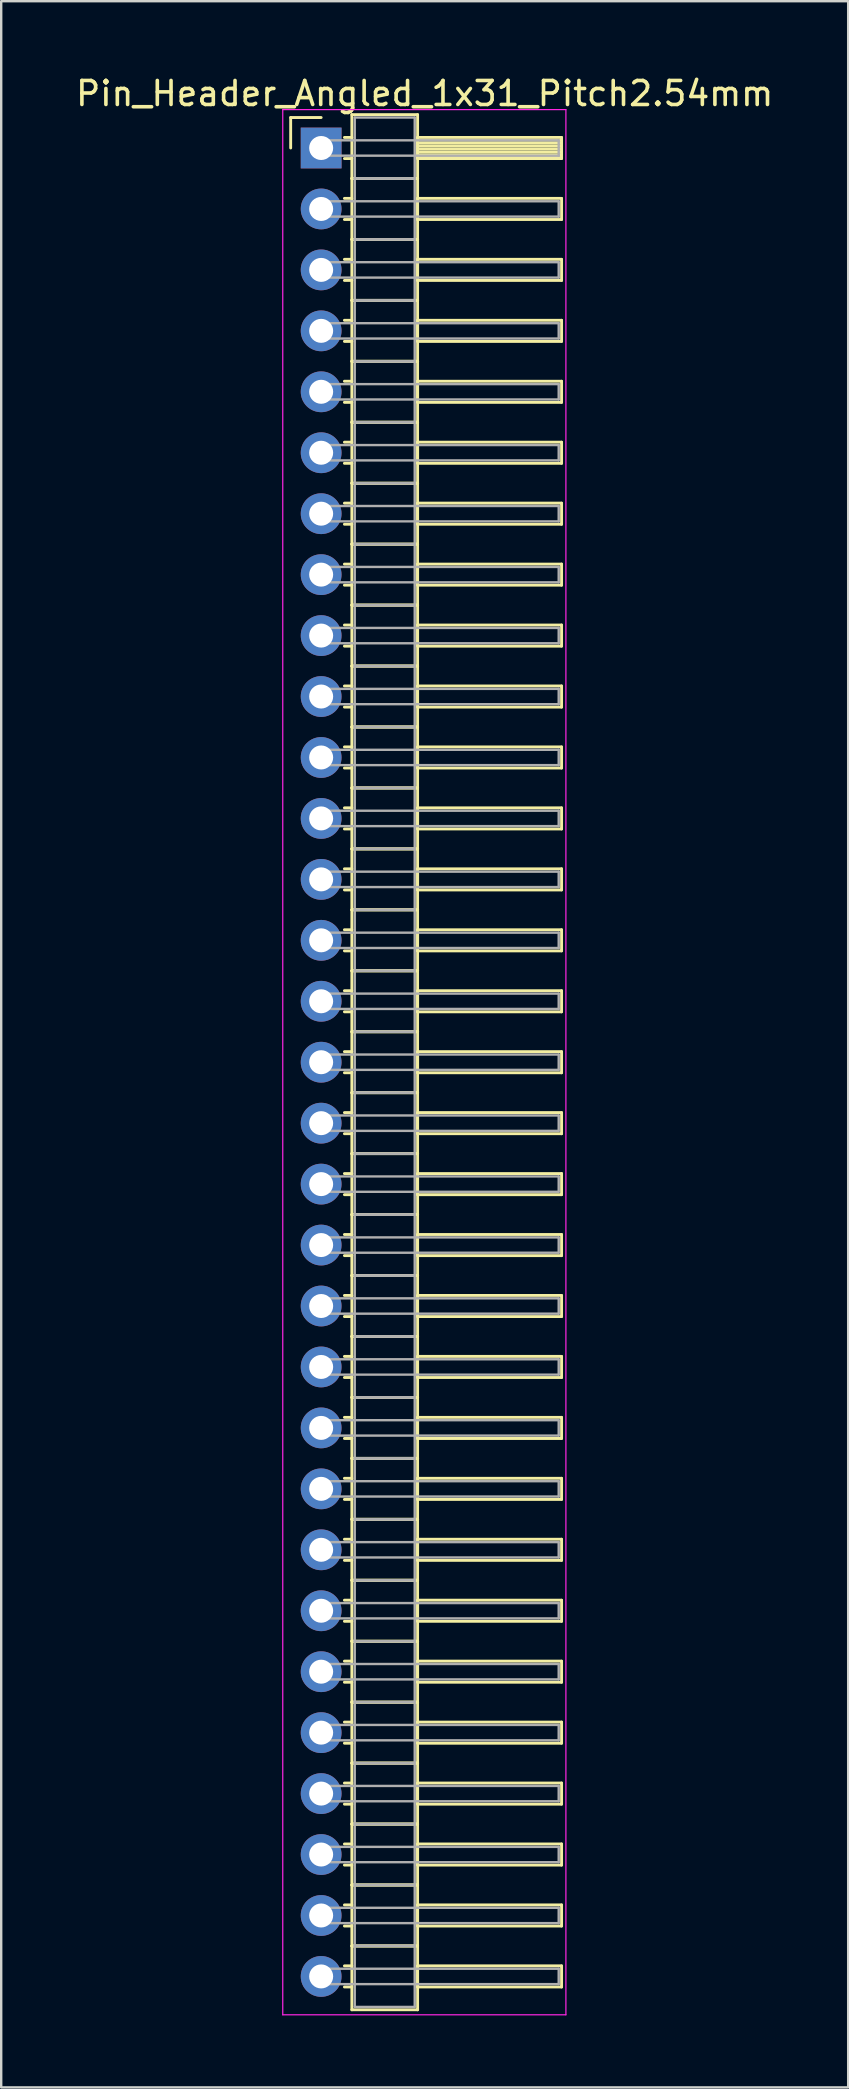
<source format=kicad_pcb>
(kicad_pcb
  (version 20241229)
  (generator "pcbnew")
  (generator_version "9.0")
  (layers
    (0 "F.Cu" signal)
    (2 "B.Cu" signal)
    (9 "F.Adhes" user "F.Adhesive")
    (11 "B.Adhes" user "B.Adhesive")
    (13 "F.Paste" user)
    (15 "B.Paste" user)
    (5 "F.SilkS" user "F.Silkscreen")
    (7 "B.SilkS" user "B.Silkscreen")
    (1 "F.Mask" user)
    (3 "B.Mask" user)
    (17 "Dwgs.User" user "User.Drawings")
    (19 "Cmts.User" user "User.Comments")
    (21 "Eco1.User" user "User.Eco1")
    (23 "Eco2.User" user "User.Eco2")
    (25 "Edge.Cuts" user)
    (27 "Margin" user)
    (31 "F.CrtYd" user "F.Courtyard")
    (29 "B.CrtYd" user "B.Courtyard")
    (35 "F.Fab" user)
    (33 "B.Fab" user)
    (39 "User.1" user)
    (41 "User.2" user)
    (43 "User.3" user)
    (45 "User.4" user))
  (footprint "Pin_Header_Angled_1x31_Pitch2.54mm"
    (layer "F.Cu")
    (at 10.334 3.118)
    (property "Reference" "Pin_Header_Angled_1x31_Pitch2.54mm" (at 4.315 -2.27 0) (layer "F.SilkS") (effects (font (size 1 1) (thickness 0.15))))
    (attr through_hole)
    (fp_line (start -1.27 -1.27) (end 0 -1.27) (stroke (width 0.12) (type solid)) (layer "F.SilkS"))
    (fp_line (start -1.27 0) (end -1.27 -1.27) (stroke (width 0.12) (type solid)) (layer "F.SilkS"))
    (fp_line (start 0.97 -0.44) (end 1.28 -0.44) (stroke (width 0.12) (type solid)) (layer "F.SilkS"))
    (fp_line (start 0.97 0.44) (end 1.28 0.44) (stroke (width 0.12) (type solid)) (layer "F.SilkS"))
    (fp_line (start 0.97 2.1) (end 1.28 2.1) (stroke (width 0.12) (type solid)) (layer "F.SilkS"))
    (fp_line (start 0.97 2.98) (end 1.28 2.98) (stroke (width 0.12) (type solid)) (layer "F.SilkS"))
    (fp_line (start 0.97 4.64) (end 1.28 4.64) (stroke (width 0.12) (type solid)) (layer "F.SilkS"))
    (fp_line (start 0.97 5.52) (end 1.28 5.52) (stroke (width 0.12) (type solid)) (layer "F.SilkS"))
    (fp_line (start 0.97 7.18) (end 1.28 7.18) (stroke (width 0.12) (type solid)) (layer "F.SilkS"))
    (fp_line (start 0.97 8.06) (end 1.28 8.06) (stroke (width 0.12) (type solid)) (layer "F.SilkS"))
    (fp_line (start 0.97 9.72) (end 1.28 9.72) (stroke (width 0.12) (type solid)) (layer "F.SilkS"))
    (fp_line (start 0.97 10.6) (end 1.28 10.6) (stroke (width 0.12) (type solid)) (layer "F.SilkS"))
    (fp_line (start 0.97 12.26) (end 1.28 12.26) (stroke (width 0.12) (type solid)) (layer "F.SilkS"))
    (fp_line (start 0.97 13.14) (end 1.28 13.14) (stroke (width 0.12) (type solid)) (layer "F.SilkS"))
    (fp_line (start 0.97 14.8) (end 1.28 14.8) (stroke (width 0.12) (type solid)) (layer "F.SilkS"))
    (fp_line (start 0.97 15.68) (end 1.28 15.68) (stroke (width 0.12) (type solid)) (layer "F.SilkS"))
    (fp_line (start 0.97 17.34) (end 1.28 17.34) (stroke (width 0.12) (type solid)) (layer "F.SilkS"))
    (fp_line (start 0.97 18.22) (end 1.28 18.22) (stroke (width 0.12) (type solid)) (layer "F.SilkS"))
    (fp_line (start 0.97 19.88) (end 1.28 19.88) (stroke (width 0.12) (type solid)) (layer "F.SilkS"))
    (fp_line (start 0.97 20.76) (end 1.28 20.76) (stroke (width 0.12) (type solid)) (layer "F.SilkS"))
    (fp_line (start 0.97 22.42) (end 1.28 22.42) (stroke (width 0.12) (type solid)) (layer "F.SilkS"))
    (fp_line (start 0.97 23.3) (end 1.28 23.3) (stroke (width 0.12) (type solid)) (layer "F.SilkS"))
    (fp_line (start 0.97 24.96) (end 1.28 24.96) (stroke (width 0.12) (type solid)) (layer "F.SilkS"))
    (fp_line (start 0.97 25.84) (end 1.28 25.84) (stroke (width 0.12) (type solid)) (layer "F.SilkS"))
    (fp_line (start 0.97 27.5) (end 1.28 27.5) (stroke (width 0.12) (type solid)) (layer "F.SilkS"))
    (fp_line (start 0.97 28.38) (end 1.28 28.38) (stroke (width 0.12) (type solid)) (layer "F.SilkS"))
    (fp_line (start 0.97 30.04) (end 1.28 30.04) (stroke (width 0.12) (type solid)) (layer "F.SilkS"))
    (fp_line (start 0.97 30.92) (end 1.28 30.92) (stroke (width 0.12) (type solid)) (layer "F.SilkS"))
    (fp_line (start 0.97 32.58) (end 1.28 32.58) (stroke (width 0.12) (type solid)) (layer "F.SilkS"))
    (fp_line (start 0.97 33.46) (end 1.28 33.46) (stroke (width 0.12) (type solid)) (layer "F.SilkS"))
    (fp_line (start 0.97 35.12) (end 1.28 35.12) (stroke (width 0.12) (type solid)) (layer "F.SilkS"))
    (fp_line (start 0.97 36) (end 1.28 36) (stroke (width 0.12) (type solid)) (layer "F.SilkS"))
    (fp_line (start 0.97 37.66) (end 1.28 37.66) (stroke (width 0.12) (type solid)) (layer "F.SilkS"))
    (fp_line (start 0.97 38.54) (end 1.28 38.54) (stroke (width 0.12) (type solid)) (layer "F.SilkS"))
    (fp_line (start 0.97 40.2) (end 1.28 40.2) (stroke (width 0.12) (type solid)) (layer "F.SilkS"))
    (fp_line (start 0.97 41.08) (end 1.28 41.08) (stroke (width 0.12) (type solid)) (layer "F.SilkS"))
    (fp_line (start 0.97 42.74) (end 1.28 42.74) (stroke (width 0.12) (type solid)) (layer "F.SilkS"))
    (fp_line (start 0.97 43.62) (end 1.28 43.62) (stroke (width 0.12) (type solid)) (layer "F.SilkS"))
    (fp_line (start 0.97 45.28) (end 1.28 45.28) (stroke (width 0.12) (type solid)) (layer "F.SilkS"))
    (fp_line (start 0.97 46.16) (end 1.28 46.16) (stroke (width 0.12) (type solid)) (layer "F.SilkS"))
    (fp_line (start 0.97 47.82) (end 1.28 47.82) (stroke (width 0.12) (type solid)) (layer "F.SilkS"))
    (fp_line (start 0.97 48.7) (end 1.28 48.7) (stroke (width 0.12) (type solid)) (layer "F.SilkS"))
    (fp_line (start 0.97 50.36) (end 1.28 50.36) (stroke (width 0.12) (type solid)) (layer "F.SilkS"))
    (fp_line (start 0.97 51.24) (end 1.28 51.24) (stroke (width 0.12) (type solid)) (layer "F.SilkS"))
    (fp_line (start 0.97 52.9) (end 1.28 52.9) (stroke (width 0.12) (type solid)) (layer "F.SilkS"))
    (fp_line (start 0.97 53.78) (end 1.28 53.78) (stroke (width 0.12) (type solid)) (layer "F.SilkS"))
    (fp_line (start 0.97 55.44) (end 1.28 55.44) (stroke (width 0.12) (type solid)) (layer "F.SilkS"))
    (fp_line (start 0.97 56.32) (end 1.28 56.32) (stroke (width 0.12) (type solid)) (layer "F.SilkS"))
    (fp_line (start 0.97 57.98) (end 1.28 57.98) (stroke (width 0.12) (type solid)) (layer "F.SilkS"))
    (fp_line (start 0.97 58.86) (end 1.28 58.86) (stroke (width 0.12) (type solid)) (layer "F.SilkS"))
    (fp_line (start 0.97 60.52) (end 1.28 60.52) (stroke (width 0.12) (type solid)) (layer "F.SilkS"))
    (fp_line (start 0.97 61.4) (end 1.28 61.4) (stroke (width 0.12) (type solid)) (layer "F.SilkS"))
    (fp_line (start 0.97 63.06) (end 1.28 63.06) (stroke (width 0.12) (type solid)) (layer "F.SilkS"))
    (fp_line (start 0.97 63.94) (end 1.28 63.94) (stroke (width 0.12) (type solid)) (layer "F.SilkS"))
    (fp_line (start 0.97 65.6) (end 1.28 65.6) (stroke (width 0.12) (type solid)) (layer "F.SilkS"))
    (fp_line (start 0.97 66.48) (end 1.28 66.48) (stroke (width 0.12) (type solid)) (layer "F.SilkS"))
    (fp_line (start 0.97 68.14) (end 1.28 68.14) (stroke (width 0.12) (type solid)) (layer "F.SilkS"))
    (fp_line (start 0.97 69.02) (end 1.28 69.02) (stroke (width 0.12) (type solid)) (layer "F.SilkS"))
    (fp_line (start 0.97 70.68) (end 1.28 70.68) (stroke (width 0.12) (type solid)) (layer "F.SilkS"))
    (fp_line (start 0.97 71.56) (end 1.28 71.56) (stroke (width 0.12) (type solid)) (layer "F.SilkS"))
    (fp_line (start 0.97 73.22) (end 1.28 73.22) (stroke (width 0.12) (type solid)) (layer "F.SilkS"))
    (fp_line (start 0.97 74.1) (end 1.28 74.1) (stroke (width 0.12) (type solid)) (layer "F.SilkS"))
    (fp_line (start 0.97 75.76) (end 1.28 75.76) (stroke (width 0.12) (type solid)) (layer "F.SilkS"))
    (fp_line (start 0.97 76.64) (end 1.28 76.64) (stroke (width 0.12) (type solid)) (layer "F.SilkS"))
    (fp_line (start 1.28 -1.39) (end 1.28 1.27) (stroke (width 0.12) (type solid)) (layer "F.SilkS"))
    (fp_line (start 1.28 1.27) (end 1.28 3.81) (stroke (width 0.12) (type solid)) (layer "F.SilkS"))
    (fp_line (start 1.28 1.27) (end 4.02 1.27) (stroke (width 0.12) (type solid)) (layer "F.SilkS"))
    (fp_line (start 1.28 3.81) (end 1.28 6.35) (stroke (width 0.12) (type solid)) (layer "F.SilkS"))
    (fp_line (start 1.28 3.81) (end 4.02 3.81) (stroke (width 0.12) (type solid)) (layer "F.SilkS"))
    (fp_line (start 1.28 6.35) (end 1.28 8.89) (stroke (width 0.12) (type solid)) (layer "F.SilkS"))
    (fp_line (start 1.28 6.35) (end 4.02 6.35) (stroke (width 0.12) (type solid)) (layer "F.SilkS"))
    (fp_line (start 1.28 8.89) (end 1.28 11.43) (stroke (width 0.12) (type solid)) (layer "F.SilkS"))
    (fp_line (start 1.28 8.89) (end 4.02 8.89) (stroke (width 0.12) (type solid)) (layer "F.SilkS"))
    (fp_line (start 1.28 11.43) (end 1.28 13.97) (stroke (width 0.12) (type solid)) (layer "F.SilkS"))
    (fp_line (start 1.28 11.43) (end 4.02 11.43) (stroke (width 0.12) (type solid)) (layer "F.SilkS"))
    (fp_line (start 1.28 13.97) (end 1.28 16.51) (stroke (width 0.12) (type solid)) (layer "F.SilkS"))
    (fp_line (start 1.28 13.97) (end 4.02 13.97) (stroke (width 0.12) (type solid)) (layer "F.SilkS"))
    (fp_line (start 1.28 16.51) (end 1.28 19.05) (stroke (width 0.12) (type solid)) (layer "F.SilkS"))
    (fp_line (start 1.28 16.51) (end 4.02 16.51) (stroke (width 0.12) (type solid)) (layer "F.SilkS"))
    (fp_line (start 1.28 19.05) (end 1.28 21.59) (stroke (width 0.12) (type solid)) (layer "F.SilkS"))
    (fp_line (start 1.28 19.05) (end 4.02 19.05) (stroke (width 0.12) (type solid)) (layer "F.SilkS"))
    (fp_line (start 1.28 21.59) (end 1.28 24.13) (stroke (width 0.12) (type solid)) (layer "F.SilkS"))
    (fp_line (start 1.28 21.59) (end 4.02 21.59) (stroke (width 0.12) (type solid)) (layer "F.SilkS"))
    (fp_line (start 1.28 24.13) (end 1.28 26.67) (stroke (width 0.12) (type solid)) (layer "F.SilkS"))
    (fp_line (start 1.28 24.13) (end 4.02 24.13) (stroke (width 0.12) (type solid)) (layer "F.SilkS"))
    (fp_line (start 1.28 26.67) (end 1.28 29.21) (stroke (width 0.12) (type solid)) (layer "F.SilkS"))
    (fp_line (start 1.28 26.67) (end 4.02 26.67) (stroke (width 0.12) (type solid)) (layer "F.SilkS"))
    (fp_line (start 1.28 29.21) (end 1.28 31.75) (stroke (width 0.12) (type solid)) (layer "F.SilkS"))
    (fp_line (start 1.28 29.21) (end 4.02 29.21) (stroke (width 0.12) (type solid)) (layer "F.SilkS"))
    (fp_line (start 1.28 31.75) (end 1.28 34.29) (stroke (width 0.12) (type solid)) (layer "F.SilkS"))
    (fp_line (start 1.28 31.75) (end 4.02 31.75) (stroke (width 0.12) (type solid)) (layer "F.SilkS"))
    (fp_line (start 1.28 34.29) (end 1.28 36.83) (stroke (width 0.12) (type solid)) (layer "F.SilkS"))
    (fp_line (start 1.28 34.29) (end 4.02 34.29) (stroke (width 0.12) (type solid)) (layer "F.SilkS"))
    (fp_line (start 1.28 36.83) (end 1.28 39.37) (stroke (width 0.12) (type solid)) (layer "F.SilkS"))
    (fp_line (start 1.28 36.83) (end 4.02 36.83) (stroke (width 0.12) (type solid)) (layer "F.SilkS"))
    (fp_line (start 1.28 39.37) (end 1.28 41.91) (stroke (width 0.12) (type solid)) (layer "F.SilkS"))
    (fp_line (start 1.28 39.37) (end 4.02 39.37) (stroke (width 0.12) (type solid)) (layer "F.SilkS"))
    (fp_line (start 1.28 41.91) (end 1.28 44.45) (stroke (width 0.12) (type solid)) (layer "F.SilkS"))
    (fp_line (start 1.28 41.91) (end 4.02 41.91) (stroke (width 0.12) (type solid)) (layer "F.SilkS"))
    (fp_line (start 1.28 44.45) (end 1.28 46.99) (stroke (width 0.12) (type solid)) (layer "F.SilkS"))
    (fp_line (start 1.28 44.45) (end 4.02 44.45) (stroke (width 0.12) (type solid)) (layer "F.SilkS"))
    (fp_line (start 1.28 46.99) (end 1.28 49.53) (stroke (width 0.12) (type solid)) (layer "F.SilkS"))
    (fp_line (start 1.28 46.99) (end 4.02 46.99) (stroke (width 0.12) (type solid)) (layer "F.SilkS"))
    (fp_line (start 1.28 49.53) (end 1.28 52.07) (stroke (width 0.12) (type solid)) (layer "F.SilkS"))
    (fp_line (start 1.28 49.53) (end 4.02 49.53) (stroke (width 0.12) (type solid)) (layer "F.SilkS"))
    (fp_line (start 1.28 52.07) (end 1.28 54.61) (stroke (width 0.12) (type solid)) (layer "F.SilkS"))
    (fp_line (start 1.28 52.07) (end 4.02 52.07) (stroke (width 0.12) (type solid)) (layer "F.SilkS"))
    (fp_line (start 1.28 54.61) (end 1.28 57.15) (stroke (width 0.12) (type solid)) (layer "F.SilkS"))
    (fp_line (start 1.28 54.61) (end 4.02 54.61) (stroke (width 0.12) (type solid)) (layer "F.SilkS"))
    (fp_line (start 1.28 57.15) (end 1.28 59.69) (stroke (width 0.12) (type solid)) (layer "F.SilkS"))
    (fp_line (start 1.28 57.15) (end 4.02 57.15) (stroke (width 0.12) (type solid)) (layer "F.SilkS"))
    (fp_line (start 1.28 59.69) (end 1.28 62.23) (stroke (width 0.12) (type solid)) (layer "F.SilkS"))
    (fp_line (start 1.28 59.69) (end 4.02 59.69) (stroke (width 0.12) (type solid)) (layer "F.SilkS"))
    (fp_line (start 1.28 62.23) (end 1.28 64.77) (stroke (width 0.12) (type solid)) (layer "F.SilkS"))
    (fp_line (start 1.28 62.23) (end 4.02 62.23) (stroke (width 0.12) (type solid)) (layer "F.SilkS"))
    (fp_line (start 1.28 64.77) (end 1.28 67.31) (stroke (width 0.12) (type solid)) (layer "F.SilkS"))
    (fp_line (start 1.28 64.77) (end 4.02 64.77) (stroke (width 0.12) (type solid)) (layer "F.SilkS"))
    (fp_line (start 1.28 67.31) (end 1.28 69.85) (stroke (width 0.12) (type solid)) (layer "F.SilkS"))
    (fp_line (start 1.28 67.31) (end 4.02 67.31) (stroke (width 0.12) (type solid)) (layer "F.SilkS"))
    (fp_line (start 1.28 69.85) (end 1.28 72.39) (stroke (width 0.12) (type solid)) (layer "F.SilkS"))
    (fp_line (start 1.28 69.85) (end 4.02 69.85) (stroke (width 0.12) (type solid)) (layer "F.SilkS"))
    (fp_line (start 1.28 72.39) (end 1.28 74.93) (stroke (width 0.12) (type solid)) (layer "F.SilkS"))
    (fp_line (start 1.28 72.39) (end 4.02 72.39) (stroke (width 0.12) (type solid)) (layer "F.SilkS"))
    (fp_line (start 1.28 74.93) (end 1.28 77.59) (stroke (width 0.12) (type solid)) (layer "F.SilkS"))
    (fp_line (start 1.28 74.93) (end 4.02 74.93) (stroke (width 0.12) (type solid)) (layer "F.SilkS"))
    (fp_line (start 1.28 77.59) (end 4.02 77.59) (stroke (width 0.12) (type solid)) (layer "F.SilkS"))
    (fp_line (start 4.02 -1.39) (end 1.28 -1.39) (stroke (width 0.12) (type solid)) (layer "F.SilkS"))
    (fp_line (start 4.02 -0.44) (end 4.02 0.44) (stroke (width 0.12) (type solid)) (layer "F.SilkS"))
    (fp_line (start 4.02 -0.32) (end 10.02 -0.32) (stroke (width 0.12) (type solid)) (layer "F.SilkS"))
    (fp_line (start 4.02 -0.2) (end 10.02 -0.2) (stroke (width 0.12) (type solid)) (layer "F.SilkS"))
    (fp_line (start 4.02 -0.08) (end 10.02 -0.08) (stroke (width 0.12) (type solid)) (layer "F.SilkS"))
    (fp_line (start 4.02 0.04) (end 10.02 0.04) (stroke (width 0.12) (type solid)) (layer "F.SilkS"))
    (fp_line (start 4.02 0.16) (end 10.02 0.16) (stroke (width 0.12) (type solid)) (layer "F.SilkS"))
    (fp_line (start 4.02 0.28) (end 10.02 0.28) (stroke (width 0.12) (type solid)) (layer "F.SilkS"))
    (fp_line (start 4.02 0.4) (end 10.02 0.4) (stroke (width 0.12) (type solid)) (layer "F.SilkS"))
    (fp_line (start 4.02 0.44) (end 10.02 0.44) (stroke (width 0.12) (type solid)) (layer "F.SilkS"))
    (fp_line (start 4.02 1.27) (end 1.28 1.27) (stroke (width 0.12) (type solid)) (layer "F.SilkS"))
    (fp_line (start 4.02 1.27) (end 4.02 -1.39) (stroke (width 0.12) (type solid)) (layer "F.SilkS"))
    (fp_line (start 4.02 2.1) (end 4.02 2.98) (stroke (width 0.12) (type solid)) (layer "F.SilkS"))
    (fp_line (start 4.02 2.98) (end 10.02 2.98) (stroke (width 0.12) (type solid)) (layer "F.SilkS"))
    (fp_line (start 4.02 3.81) (end 1.28 3.81) (stroke (width 0.12) (type solid)) (layer "F.SilkS"))
    (fp_line (start 4.02 3.81) (end 4.02 1.27) (stroke (width 0.12) (type solid)) (layer "F.SilkS"))
    (fp_line (start 4.02 4.64) (end 4.02 5.52) (stroke (width 0.12) (type solid)) (layer "F.SilkS"))
    (fp_line (start 4.02 5.52) (end 10.02 5.52) (stroke (width 0.12) (type solid)) (layer "F.SilkS"))
    (fp_line (start 4.02 6.35) (end 1.28 6.35) (stroke (width 0.12) (type solid)) (layer "F.SilkS"))
    (fp_line (start 4.02 6.35) (end 4.02 3.81) (stroke (width 0.12) (type solid)) (layer "F.SilkS"))
    (fp_line (start 4.02 7.18) (end 4.02 8.06) (stroke (width 0.12) (type solid)) (layer "F.SilkS"))
    (fp_line (start 4.02 8.06) (end 10.02 8.06) (stroke (width 0.12) (type solid)) (layer "F.SilkS"))
    (fp_line (start 4.02 8.89) (end 1.28 8.89) (stroke (width 0.12) (type solid)) (layer "F.SilkS"))
    (fp_line (start 4.02 8.89) (end 4.02 6.35) (stroke (width 0.12) (type solid)) (layer "F.SilkS"))
    (fp_line (start 4.02 9.72) (end 4.02 10.6) (stroke (width 0.12) (type solid)) (layer "F.SilkS"))
    (fp_line (start 4.02 10.6) (end 10.02 10.6) (stroke (width 0.12) (type solid)) (layer "F.SilkS"))
    (fp_line (start 4.02 11.43) (end 1.28 11.43) (stroke (width 0.12) (type solid)) (layer "F.SilkS"))
    (fp_line (start 4.02 11.43) (end 4.02 8.89) (stroke (width 0.12) (type solid)) (layer "F.SilkS"))
    (fp_line (start 4.02 12.26) (end 4.02 13.14) (stroke (width 0.12) (type solid)) (layer "F.SilkS"))
    (fp_line (start 4.02 13.14) (end 10.02 13.14) (stroke (width 0.12) (type solid)) (layer "F.SilkS"))
    (fp_line (start 4.02 13.97) (end 1.28 13.97) (stroke (width 0.12) (type solid)) (layer "F.SilkS"))
    (fp_line (start 4.02 13.97) (end 4.02 11.43) (stroke (width 0.12) (type solid)) (layer "F.SilkS"))
    (fp_line (start 4.02 14.8) (end 4.02 15.68) (stroke (width 0.12) (type solid)) (layer "F.SilkS"))
    (fp_line (start 4.02 15.68) (end 10.02 15.68) (stroke (width 0.12) (type solid)) (layer "F.SilkS"))
    (fp_line (start 4.02 16.51) (end 1.28 16.51) (stroke (width 0.12) (type solid)) (layer "F.SilkS"))
    (fp_line (start 4.02 16.51) (end 4.02 13.97) (stroke (width 0.12) (type solid)) (layer "F.SilkS"))
    (fp_line (start 4.02 17.34) (end 4.02 18.22) (stroke (width 0.12) (type solid)) (layer "F.SilkS"))
    (fp_line (start 4.02 18.22) (end 10.02 18.22) (stroke (width 0.12) (type solid)) (layer "F.SilkS"))
    (fp_line (start 4.02 19.05) (end 1.28 19.05) (stroke (width 0.12) (type solid)) (layer "F.SilkS"))
    (fp_line (start 4.02 19.05) (end 4.02 16.51) (stroke (width 0.12) (type solid)) (layer "F.SilkS"))
    (fp_line (start 4.02 19.88) (end 4.02 20.76) (stroke (width 0.12) (type solid)) (layer "F.SilkS"))
    (fp_line (start 4.02 20.76) (end 10.02 20.76) (stroke (width 0.12) (type solid)) (layer "F.SilkS"))
    (fp_line (start 4.02 21.59) (end 1.28 21.59) (stroke (width 0.12) (type solid)) (layer "F.SilkS"))
    (fp_line (start 4.02 21.59) (end 4.02 19.05) (stroke (width 0.12) (type solid)) (layer "F.SilkS"))
    (fp_line (start 4.02 22.42) (end 4.02 23.3) (stroke (width 0.12) (type solid)) (layer "F.SilkS"))
    (fp_line (start 4.02 23.3) (end 10.02 23.3) (stroke (width 0.12) (type solid)) (layer "F.SilkS"))
    (fp_line (start 4.02 24.13) (end 1.28 24.13) (stroke (width 0.12) (type solid)) (layer "F.SilkS"))
    (fp_line (start 4.02 24.13) (end 4.02 21.59) (stroke (width 0.12) (type solid)) (layer "F.SilkS"))
    (fp_line (start 4.02 24.96) (end 4.02 25.84) (stroke (width 0.12) (type solid)) (layer "F.SilkS"))
    (fp_line (start 4.02 25.84) (end 10.02 25.84) (stroke (width 0.12) (type solid)) (layer "F.SilkS"))
    (fp_line (start 4.02 26.67) (end 1.28 26.67) (stroke (width 0.12) (type solid)) (layer "F.SilkS"))
    (fp_line (start 4.02 26.67) (end 4.02 24.13) (stroke (width 0.12) (type solid)) (layer "F.SilkS"))
    (fp_line (start 4.02 27.5) (end 4.02 28.38) (stroke (width 0.12) (type solid)) (layer "F.SilkS"))
    (fp_line (start 4.02 28.38) (end 10.02 28.38) (stroke (width 0.12) (type solid)) (layer "F.SilkS"))
    (fp_line (start 4.02 29.21) (end 1.28 29.21) (stroke (width 0.12) (type solid)) (layer "F.SilkS"))
    (fp_line (start 4.02 29.21) (end 4.02 26.67) (stroke (width 0.12) (type solid)) (layer "F.SilkS"))
    (fp_line (start 4.02 30.04) (end 4.02 30.92) (stroke (width 0.12) (type solid)) (layer "F.SilkS"))
    (fp_line (start 4.02 30.92) (end 10.02 30.92) (stroke (width 0.12) (type solid)) (layer "F.SilkS"))
    (fp_line (start 4.02 31.75) (end 1.28 31.75) (stroke (width 0.12) (type solid)) (layer "F.SilkS"))
    (fp_line (start 4.02 31.75) (end 4.02 29.21) (stroke (width 0.12) (type solid)) (layer "F.SilkS"))
    (fp_line (start 4.02 32.58) (end 4.02 33.46) (stroke (width 0.12) (type solid)) (layer "F.SilkS"))
    (fp_line (start 4.02 33.46) (end 10.02 33.46) (stroke (width 0.12) (type solid)) (layer "F.SilkS"))
    (fp_line (start 4.02 34.29) (end 1.28 34.29) (stroke (width 0.12) (type solid)) (layer "F.SilkS"))
    (fp_line (start 4.02 34.29) (end 4.02 31.75) (stroke (width 0.12) (type solid)) (layer "F.SilkS"))
    (fp_line (start 4.02 35.12) (end 4.02 36) (stroke (width 0.12) (type solid)) (layer "F.SilkS"))
    (fp_line (start 4.02 36) (end 10.02 36) (stroke (width 0.12) (type solid)) (layer "F.SilkS"))
    (fp_line (start 4.02 36.83) (end 1.28 36.83) (stroke (width 0.12) (type solid)) (layer "F.SilkS"))
    (fp_line (start 4.02 36.83) (end 4.02 34.29) (stroke (width 0.12) (type solid)) (layer "F.SilkS"))
    (fp_line (start 4.02 37.66) (end 4.02 38.54) (stroke (width 0.12) (type solid)) (layer "F.SilkS"))
    (fp_line (start 4.02 38.54) (end 10.02 38.54) (stroke (width 0.12) (type solid)) (layer "F.SilkS"))
    (fp_line (start 4.02 39.37) (end 1.28 39.37) (stroke (width 0.12) (type solid)) (layer "F.SilkS"))
    (fp_line (start 4.02 39.37) (end 4.02 36.83) (stroke (width 0.12) (type solid)) (layer "F.SilkS"))
    (fp_line (start 4.02 40.2) (end 4.02 41.08) (stroke (width 0.12) (type solid)) (layer "F.SilkS"))
    (fp_line (start 4.02 41.08) (end 10.02 41.08) (stroke (width 0.12) (type solid)) (layer "F.SilkS"))
    (fp_line (start 4.02 41.91) (end 1.28 41.91) (stroke (width 0.12) (type solid)) (layer "F.SilkS"))
    (fp_line (start 4.02 41.91) (end 4.02 39.37) (stroke (width 0.12) (type solid)) (layer "F.SilkS"))
    (fp_line (start 4.02 42.74) (end 4.02 43.62) (stroke (width 0.12) (type solid)) (layer "F.SilkS"))
    (fp_line (start 4.02 43.62) (end 10.02 43.62) (stroke (width 0.12) (type solid)) (layer "F.SilkS"))
    (fp_line (start 4.02 44.45) (end 1.28 44.45) (stroke (width 0.12) (type solid)) (layer "F.SilkS"))
    (fp_line (start 4.02 44.45) (end 4.02 41.91) (stroke (width 0.12) (type solid)) (layer "F.SilkS"))
    (fp_line (start 4.02 45.28) (end 4.02 46.16) (stroke (width 0.12) (type solid)) (layer "F.SilkS"))
    (fp_line (start 4.02 46.16) (end 10.02 46.16) (stroke (width 0.12) (type solid)) (layer "F.SilkS"))
    (fp_line (start 4.02 46.99) (end 1.28 46.99) (stroke (width 0.12) (type solid)) (layer "F.SilkS"))
    (fp_line (start 4.02 46.99) (end 4.02 44.45) (stroke (width 0.12) (type solid)) (layer "F.SilkS"))
    (fp_line (start 4.02 47.82) (end 4.02 48.7) (stroke (width 0.12) (type solid)) (layer "F.SilkS"))
    (fp_line (start 4.02 48.7) (end 10.02 48.7) (stroke (width 0.12) (type solid)) (layer "F.SilkS"))
    (fp_line (start 4.02 49.53) (end 1.28 49.53) (stroke (width 0.12) (type solid)) (layer "F.SilkS"))
    (fp_line (start 4.02 49.53) (end 4.02 46.99) (stroke (width 0.12) (type solid)) (layer "F.SilkS"))
    (fp_line (start 4.02 50.36) (end 4.02 51.24) (stroke (width 0.12) (type solid)) (layer "F.SilkS"))
    (fp_line (start 4.02 51.24) (end 10.02 51.24) (stroke (width 0.12) (type solid)) (layer "F.SilkS"))
    (fp_line (start 4.02 52.07) (end 1.28 52.07) (stroke (width 0.12) (type solid)) (layer "F.SilkS"))
    (fp_line (start 4.02 52.07) (end 4.02 49.53) (stroke (width 0.12) (type solid)) (layer "F.SilkS"))
    (fp_line (start 4.02 52.9) (end 4.02 53.78) (stroke (width 0.12) (type solid)) (layer "F.SilkS"))
    (fp_line (start 4.02 53.78) (end 10.02 53.78) (stroke (width 0.12) (type solid)) (layer "F.SilkS"))
    (fp_line (start 4.02 54.61) (end 1.28 54.61) (stroke (width 0.12) (type solid)) (layer "F.SilkS"))
    (fp_line (start 4.02 54.61) (end 4.02 52.07) (stroke (width 0.12) (type solid)) (layer "F.SilkS"))
    (fp_line (start 4.02 55.44) (end 4.02 56.32) (stroke (width 0.12) (type solid)) (layer "F.SilkS"))
    (fp_line (start 4.02 56.32) (end 10.02 56.32) (stroke (width 0.12) (type solid)) (layer "F.SilkS"))
    (fp_line (start 4.02 57.15) (end 1.28 57.15) (stroke (width 0.12) (type solid)) (layer "F.SilkS"))
    (fp_line (start 4.02 57.15) (end 4.02 54.61) (stroke (width 0.12) (type solid)) (layer "F.SilkS"))
    (fp_line (start 4.02 57.98) (end 4.02 58.86) (stroke (width 0.12) (type solid)) (layer "F.SilkS"))
    (fp_line (start 4.02 58.86) (end 10.02 58.86) (stroke (width 0.12) (type solid)) (layer "F.SilkS"))
    (fp_line (start 4.02 59.69) (end 1.28 59.69) (stroke (width 0.12) (type solid)) (layer "F.SilkS"))
    (fp_line (start 4.02 59.69) (end 4.02 57.15) (stroke (width 0.12) (type solid)) (layer "F.SilkS"))
    (fp_line (start 4.02 60.52) (end 4.02 61.4) (stroke (width 0.12) (type solid)) (layer "F.SilkS"))
    (fp_line (start 4.02 61.4) (end 10.02 61.4) (stroke (width 0.12) (type solid)) (layer "F.SilkS"))
    (fp_line (start 4.02 62.23) (end 1.28 62.23) (stroke (width 0.12) (type solid)) (layer "F.SilkS"))
    (fp_line (start 4.02 62.23) (end 4.02 59.69) (stroke (width 0.12) (type solid)) (layer "F.SilkS"))
    (fp_line (start 4.02 63.06) (end 4.02 63.94) (stroke (width 0.12) (type solid)) (layer "F.SilkS"))
    (fp_line (start 4.02 63.94) (end 10.02 63.94) (stroke (width 0.12) (type solid)) (layer "F.SilkS"))
    (fp_line (start 4.02 64.77) (end 1.28 64.77) (stroke (width 0.12) (type solid)) (layer "F.SilkS"))
    (fp_line (start 4.02 64.77) (end 4.02 62.23) (stroke (width 0.12) (type solid)) (layer "F.SilkS"))
    (fp_line (start 4.02 65.6) (end 4.02 66.48) (stroke (width 0.12) (type solid)) (layer "F.SilkS"))
    (fp_line (start 4.02 66.48) (end 10.02 66.48) (stroke (width 0.12) (type solid)) (layer "F.SilkS"))
    (fp_line (start 4.02 67.31) (end 1.28 67.31) (stroke (width 0.12) (type solid)) (layer "F.SilkS"))
    (fp_line (start 4.02 67.31) (end 4.02 64.77) (stroke (width 0.12) (type solid)) (layer "F.SilkS"))
    (fp_line (start 4.02 68.14) (end 4.02 69.02) (stroke (width 0.12) (type solid)) (layer "F.SilkS"))
    (fp_line (start 4.02 69.02) (end 10.02 69.02) (stroke (width 0.12) (type solid)) (layer "F.SilkS"))
    (fp_line (start 4.02 69.85) (end 1.28 69.85) (stroke (width 0.12) (type solid)) (layer "F.SilkS"))
    (fp_line (start 4.02 69.85) (end 4.02 67.31) (stroke (width 0.12) (type solid)) (layer "F.SilkS"))
    (fp_line (start 4.02 70.68) (end 4.02 71.56) (stroke (width 0.12) (type solid)) (layer "F.SilkS"))
    (fp_line (start 4.02 71.56) (end 10.02 71.56) (stroke (width 0.12) (type solid)) (layer "F.SilkS"))
    (fp_line (start 4.02 72.39) (end 1.28 72.39) (stroke (width 0.12) (type solid)) (layer "F.SilkS"))
    (fp_line (start 4.02 72.39) (end 4.02 69.85) (stroke (width 0.12) (type solid)) (layer "F.SilkS"))
    (fp_line (start 4.02 73.22) (end 4.02 74.1) (stroke (width 0.12) (type solid)) (layer "F.SilkS"))
    (fp_line (start 4.02 74.1) (end 10.02 74.1) (stroke (width 0.12) (type solid)) (layer "F.SilkS"))
    (fp_line (start 4.02 74.93) (end 1.28 74.93) (stroke (width 0.12) (type solid)) (layer "F.SilkS"))
    (fp_line (start 4.02 74.93) (end 4.02 72.39) (stroke (width 0.12) (type solid)) (layer "F.SilkS"))
    (fp_line (start 4.02 75.76) (end 4.02 76.64) (stroke (width 0.12) (type solid)) (layer "F.SilkS"))
    (fp_line (start 4.02 76.64) (end 10.02 76.64) (stroke (width 0.12) (type solid)) (layer "F.SilkS"))
    (fp_line (start 4.02 77.59) (end 4.02 74.93) (stroke (width 0.12) (type solid)) (layer "F.SilkS"))
    (fp_line (start 10.02 -0.44) (end 4.02 -0.44) (stroke (width 0.12) (type solid)) (layer "F.SilkS"))
    (fp_line (start 10.02 0.44) (end 10.02 -0.44) (stroke (width 0.12) (type solid)) (layer "F.SilkS"))
    (fp_line (start 10.02 2.1) (end 4.02 2.1) (stroke (width 0.12) (type solid)) (layer "F.SilkS"))
    (fp_line (start 10.02 2.98) (end 10.02 2.1) (stroke (width 0.12) (type solid)) (layer "F.SilkS"))
    (fp_line (start 10.02 4.64) (end 4.02 4.64) (stroke (width 0.12) (type solid)) (layer "F.SilkS"))
    (fp_line (start 10.02 5.52) (end 10.02 4.64) (stroke (width 0.12) (type solid)) (layer "F.SilkS"))
    (fp_line (start 10.02 7.18) (end 4.02 7.18) (stroke (width 0.12) (type solid)) (layer "F.SilkS"))
    (fp_line (start 10.02 8.06) (end 10.02 7.18) (stroke (width 0.12) (type solid)) (layer "F.SilkS"))
    (fp_line (start 10.02 9.72) (end 4.02 9.72) (stroke (width 0.12) (type solid)) (layer "F.SilkS"))
    (fp_line (start 10.02 10.6) (end 10.02 9.72) (stroke (width 0.12) (type solid)) (layer "F.SilkS"))
    (fp_line (start 10.02 12.26) (end 4.02 12.26) (stroke (width 0.12) (type solid)) (layer "F.SilkS"))
    (fp_line (start 10.02 13.14) (end 10.02 12.26) (stroke (width 0.12) (type solid)) (layer "F.SilkS"))
    (fp_line (start 10.02 14.8) (end 4.02 14.8) (stroke (width 0.12) (type solid)) (layer "F.SilkS"))
    (fp_line (start 10.02 15.68) (end 10.02 14.8) (stroke (width 0.12) (type solid)) (layer "F.SilkS"))
    (fp_line (start 10.02 17.34) (end 4.02 17.34) (stroke (width 0.12) (type solid)) (layer "F.SilkS"))
    (fp_line (start 10.02 18.22) (end 10.02 17.34) (stroke (width 0.12) (type solid)) (layer "F.SilkS"))
    (fp_line (start 10.02 19.88) (end 4.02 19.88) (stroke (width 0.12) (type solid)) (layer "F.SilkS"))
    (fp_line (start 10.02 20.76) (end 10.02 19.88) (stroke (width 0.12) (type solid)) (layer "F.SilkS"))
    (fp_line (start 10.02 22.42) (end 4.02 22.42) (stroke (width 0.12) (type solid)) (layer "F.SilkS"))
    (fp_line (start 10.02 23.3) (end 10.02 22.42) (stroke (width 0.12) (type solid)) (layer "F.SilkS"))
    (fp_line (start 10.02 24.96) (end 4.02 24.96) (stroke (width 0.12) (type solid)) (layer "F.SilkS"))
    (fp_line (start 10.02 25.84) (end 10.02 24.96) (stroke (width 0.12) (type solid)) (layer "F.SilkS"))
    (fp_line (start 10.02 27.5) (end 4.02 27.5) (stroke (width 0.12) (type solid)) (layer "F.SilkS"))
    (fp_line (start 10.02 28.38) (end 10.02 27.5) (stroke (width 0.12) (type solid)) (layer "F.SilkS"))
    (fp_line (start 10.02 30.04) (end 4.02 30.04) (stroke (width 0.12) (type solid)) (layer "F.SilkS"))
    (fp_line (start 10.02 30.92) (end 10.02 30.04) (stroke (width 0.12) (type solid)) (layer "F.SilkS"))
    (fp_line (start 10.02 32.58) (end 4.02 32.58) (stroke (width 0.12) (type solid)) (layer "F.SilkS"))
    (fp_line (start 10.02 33.46) (end 10.02 32.58) (stroke (width 0.12) (type solid)) (layer "F.SilkS"))
    (fp_line (start 10.02 35.12) (end 4.02 35.12) (stroke (width 0.12) (type solid)) (layer "F.SilkS"))
    (fp_line (start 10.02 36) (end 10.02 35.12) (stroke (width 0.12) (type solid)) (layer "F.SilkS"))
    (fp_line (start 10.02 37.66) (end 4.02 37.66) (stroke (width 0.12) (type solid)) (layer "F.SilkS"))
    (fp_line (start 10.02 38.54) (end 10.02 37.66) (stroke (width 0.12) (type solid)) (layer "F.SilkS"))
    (fp_line (start 10.02 40.2) (end 4.02 40.2) (stroke (width 0.12) (type solid)) (layer "F.SilkS"))
    (fp_line (start 10.02 41.08) (end 10.02 40.2) (stroke (width 0.12) (type solid)) (layer "F.SilkS"))
    (fp_line (start 10.02 42.74) (end 4.02 42.74) (stroke (width 0.12) (type solid)) (layer "F.SilkS"))
    (fp_line (start 10.02 43.62) (end 10.02 42.74) (stroke (width 0.12) (type solid)) (layer "F.SilkS"))
    (fp_line (start 10.02 45.28) (end 4.02 45.28) (stroke (width 0.12) (type solid)) (layer "F.SilkS"))
    (fp_line (start 10.02 46.16) (end 10.02 45.28) (stroke (width 0.12) (type solid)) (layer "F.SilkS"))
    (fp_line (start 10.02 47.82) (end 4.02 47.82) (stroke (width 0.12) (type solid)) (layer "F.SilkS"))
    (fp_line (start 10.02 48.7) (end 10.02 47.82) (stroke (width 0.12) (type solid)) (layer "F.SilkS"))
    (fp_line (start 10.02 50.36) (end 4.02 50.36) (stroke (width 0.12) (type solid)) (layer "F.SilkS"))
    (fp_line (start 10.02 51.24) (end 10.02 50.36) (stroke (width 0.12) (type solid)) (layer "F.SilkS"))
    (fp_line (start 10.02 52.9) (end 4.02 52.9) (stroke (width 0.12) (type solid)) (layer "F.SilkS"))
    (fp_line (start 10.02 53.78) (end 10.02 52.9) (stroke (width 0.12) (type solid)) (layer "F.SilkS"))
    (fp_line (start 10.02 55.44) (end 4.02 55.44) (stroke (width 0.12) (type solid)) (layer "F.SilkS"))
    (fp_line (start 10.02 56.32) (end 10.02 55.44) (stroke (width 0.12) (type solid)) (layer "F.SilkS"))
    (fp_line (start 10.02 57.98) (end 4.02 57.98) (stroke (width 0.12) (type solid)) (layer "F.SilkS"))
    (fp_line (start 10.02 58.86) (end 10.02 57.98) (stroke (width 0.12) (type solid)) (layer "F.SilkS"))
    (fp_line (start 10.02 60.52) (end 4.02 60.52) (stroke (width 0.12) (type solid)) (layer "F.SilkS"))
    (fp_line (start 10.02 61.4) (end 10.02 60.52) (stroke (width 0.12) (type solid)) (layer "F.SilkS"))
    (fp_line (start 10.02 63.06) (end 4.02 63.06) (stroke (width 0.12) (type solid)) (layer "F.SilkS"))
    (fp_line (start 10.02 63.94) (end 10.02 63.06) (stroke (width 0.12) (type solid)) (layer "F.SilkS"))
    (fp_line (start 10.02 65.6) (end 4.02 65.6) (stroke (width 0.12) (type solid)) (layer "F.SilkS"))
    (fp_line (start 10.02 66.48) (end 10.02 65.6) (stroke (width 0.12) (type solid)) (layer "F.SilkS"))
    (fp_line (start 10.02 68.14) (end 4.02 68.14) (stroke (width 0.12) (type solid)) (layer "F.SilkS"))
    (fp_line (start 10.02 69.02) (end 10.02 68.14) (stroke (width 0.12) (type solid)) (layer "F.SilkS"))
    (fp_line (start 10.02 70.68) (end 4.02 70.68) (stroke (width 0.12) (type solid)) (layer "F.SilkS"))
    (fp_line (start 10.02 71.56) (end 10.02 70.68) (stroke (width 0.12) (type solid)) (layer "F.SilkS"))
    (fp_line (start 10.02 73.22) (end 4.02 73.22) (stroke (width 0.12) (type solid)) (layer "F.SilkS"))
    (fp_line (start 10.02 74.1) (end 10.02 73.22) (stroke (width 0.12) (type solid)) (layer "F.SilkS"))
    (fp_line (start 10.02 75.76) (end 4.02 75.76) (stroke (width 0.12) (type solid)) (layer "F.SilkS"))
    (fp_line (start 10.02 76.64) (end 10.02 75.76) (stroke (width 0.12) (type solid)) (layer "F.SilkS"))
    (fp_line (start -1.6 -1.6) (end -1.6 77.8) (stroke (width 0.05) (type solid)) (layer "F.CrtYd"))
    (fp_line (start -1.6 77.8) (end 10.2 77.8) (stroke (width 0.05) (type solid)) (layer "F.CrtYd"))
    (fp_line (start 10.2 -1.6) (end -1.6 -1.6) (stroke (width 0.05) (type solid)) (layer "F.CrtYd"))
    (fp_line (start 10.2 77.8) (end 10.2 -1.6) (stroke (width 0.05) (type solid)) (layer "F.CrtYd"))
    (fp_line (start 0 -0.32) (end 0 0.32) (stroke (width 0.1) (type solid)) (layer "F.Fab"))
    (fp_line (start 0 0.32) (end 9.9 0.32) (stroke (width 0.1) (type solid)) (layer "F.Fab"))
    (fp_line (start 0 2.22) (end 0 2.86) (stroke (width 0.1) (type solid)) (layer "F.Fab"))
    (fp_line (start 0 2.86) (end 9.9 2.86) (stroke (width 0.1) (type solid)) (layer "F.Fab"))
    (fp_line (start 0 4.76) (end 0 5.4) (stroke (width 0.1) (type solid)) (layer "F.Fab"))
    (fp_line (start 0 5.4) (end 9.9 5.4) (stroke (width 0.1) (type solid)) (layer "F.Fab"))
    (fp_line (start 0 7.3) (end 0 7.94) (stroke (width 0.1) (type solid)) (layer "F.Fab"))
    (fp_line (start 0 7.94) (end 9.9 7.94) (stroke (width 0.1) (type solid)) (layer "F.Fab"))
    (fp_line (start 0 9.84) (end 0 10.48) (stroke (width 0.1) (type solid)) (layer "F.Fab"))
    (fp_line (start 0 10.48) (end 9.9 10.48) (stroke (width 0.1) (type solid)) (layer "F.Fab"))
    (fp_line (start 0 12.38) (end 0 13.02) (stroke (width 0.1) (type solid)) (layer "F.Fab"))
    (fp_line (start 0 13.02) (end 9.9 13.02) (stroke (width 0.1) (type solid)) (layer "F.Fab"))
    (fp_line (start 0 14.92) (end 0 15.56) (stroke (width 0.1) (type solid)) (layer "F.Fab"))
    (fp_line (start 0 15.56) (end 9.9 15.56) (stroke (width 0.1) (type solid)) (layer "F.Fab"))
    (fp_line (start 0 17.46) (end 0 18.1) (stroke (width 0.1) (type solid)) (layer "F.Fab"))
    (fp_line (start 0 18.1) (end 9.9 18.1) (stroke (width 0.1) (type solid)) (layer "F.Fab"))
    (fp_line (start 0 20) (end 0 20.64) (stroke (width 0.1) (type solid)) (layer "F.Fab"))
    (fp_line (start 0 20.64) (end 9.9 20.64) (stroke (width 0.1) (type solid)) (layer "F.Fab"))
    (fp_line (start 0 22.54) (end 0 23.18) (stroke (width 0.1) (type solid)) (layer "F.Fab"))
    (fp_line (start 0 23.18) (end 9.9 23.18) (stroke (width 0.1) (type solid)) (layer "F.Fab"))
    (fp_line (start 0 25.08) (end 0 25.72) (stroke (width 0.1) (type solid)) (layer "F.Fab"))
    (fp_line (start 0 25.72) (end 9.9 25.72) (stroke (width 0.1) (type solid)) (layer "F.Fab"))
    (fp_line (start 0 27.62) (end 0 28.26) (stroke (width 0.1) (type solid)) (layer "F.Fab"))
    (fp_line (start 0 28.26) (end 9.9 28.26) (stroke (width 0.1) (type solid)) (layer "F.Fab"))
    (fp_line (start 0 30.16) (end 0 30.8) (stroke (width 0.1) (type solid)) (layer "F.Fab"))
    (fp_line (start 0 30.8) (end 9.9 30.8) (stroke (width 0.1) (type solid)) (layer "F.Fab"))
    (fp_line (start 0 32.7) (end 0 33.34) (stroke (width 0.1) (type solid)) (layer "F.Fab"))
    (fp_line (start 0 33.34) (end 9.9 33.34) (stroke (width 0.1) (type solid)) (layer "F.Fab"))
    (fp_line (start 0 35.24) (end 0 35.88) (stroke (width 0.1) (type solid)) (layer "F.Fab"))
    (fp_line (start 0 35.88) (end 9.9 35.88) (stroke (width 0.1) (type solid)) (layer "F.Fab"))
    (fp_line (start 0 37.78) (end 0 38.42) (stroke (width 0.1) (type solid)) (layer "F.Fab"))
    (fp_line (start 0 38.42) (end 9.9 38.42) (stroke (width 0.1) (type solid)) (layer "F.Fab"))
    (fp_line (start 0 40.32) (end 0 40.96) (stroke (width 0.1) (type solid)) (layer "F.Fab"))
    (fp_line (start 0 40.96) (end 9.9 40.96) (stroke (width 0.1) (type solid)) (layer "F.Fab"))
    (fp_line (start 0 42.86) (end 0 43.5) (stroke (width 0.1) (type solid)) (layer "F.Fab"))
    (fp_line (start 0 43.5) (end 9.9 43.5) (stroke (width 0.1) (type solid)) (layer "F.Fab"))
    (fp_line (start 0 45.4) (end 0 46.04) (stroke (width 0.1) (type solid)) (layer "F.Fab"))
    (fp_line (start 0 46.04) (end 9.9 46.04) (stroke (width 0.1) (type solid)) (layer "F.Fab"))
    (fp_line (start 0 47.94) (end 0 48.58) (stroke (width 0.1) (type solid)) (layer "F.Fab"))
    (fp_line (start 0 48.58) (end 9.9 48.58) (stroke (width 0.1) (type solid)) (layer "F.Fab"))
    (fp_line (start 0 50.48) (end 0 51.12) (stroke (width 0.1) (type solid)) (layer "F.Fab"))
    (fp_line (start 0 51.12) (end 9.9 51.12) (stroke (width 0.1) (type solid)) (layer "F.Fab"))
    (fp_line (start 0 53.02) (end 0 53.66) (stroke (width 0.1) (type solid)) (layer "F.Fab"))
    (fp_line (start 0 53.66) (end 9.9 53.66) (stroke (width 0.1) (type solid)) (layer "F.Fab"))
    (fp_line (start 0 55.56) (end 0 56.2) (stroke (width 0.1) (type solid)) (layer "F.Fab"))
    (fp_line (start 0 56.2) (end 9.9 56.2) (stroke (width 0.1) (type solid)) (layer "F.Fab"))
    (fp_line (start 0 58.1) (end 0 58.74) (stroke (width 0.1) (type solid)) (layer "F.Fab"))
    (fp_line (start 0 58.74) (end 9.9 58.74) (stroke (width 0.1) (type solid)) (layer "F.Fab"))
    (fp_line (start 0 60.64) (end 0 61.28) (stroke (width 0.1) (type solid)) (layer "F.Fab"))
    (fp_line (start 0 61.28) (end 9.9 61.28) (stroke (width 0.1) (type solid)) (layer "F.Fab"))
    (fp_line (start 0 63.18) (end 0 63.82) (stroke (width 0.1) (type solid)) (layer "F.Fab"))
    (fp_line (start 0 63.82) (end 9.9 63.82) (stroke (width 0.1) (type solid)) (layer "F.Fab"))
    (fp_line (start 0 65.72) (end 0 66.36) (stroke (width 0.1) (type solid)) (layer "F.Fab"))
    (fp_line (start 0 66.36) (end 9.9 66.36) (stroke (width 0.1) (type solid)) (layer "F.Fab"))
    (fp_line (start 0 68.26) (end 0 68.9) (stroke (width 0.1) (type solid)) (layer "F.Fab"))
    (fp_line (start 0 68.9) (end 9.9 68.9) (stroke (width 0.1) (type solid)) (layer "F.Fab"))
    (fp_line (start 0 70.8) (end 0 71.44) (stroke (width 0.1) (type solid)) (layer "F.Fab"))
    (fp_line (start 0 71.44) (end 9.9 71.44) (stroke (width 0.1) (type solid)) (layer "F.Fab"))
    (fp_line (start 0 73.34) (end 0 73.98) (stroke (width 0.1) (type solid)) (layer "F.Fab"))
    (fp_line (start 0 73.98) (end 9.9 73.98) (stroke (width 0.1) (type solid)) (layer "F.Fab"))
    (fp_line (start 0 75.88) (end 0 76.52) (stroke (width 0.1) (type solid)) (layer "F.Fab"))
    (fp_line (start 0 76.52) (end 9.9 76.52) (stroke (width 0.1) (type solid)) (layer "F.Fab"))
    (fp_line (start 1.4 -1.27) (end 1.4 1.27) (stroke (width 0.1) (type solid)) (layer "F.Fab"))
    (fp_line (start 1.4 1.27) (end 1.4 3.81) (stroke (width 0.1) (type solid)) (layer "F.Fab"))
    (fp_line (start 1.4 1.27) (end 3.9 1.27) (stroke (width 0.1) (type solid)) (layer "F.Fab"))
    (fp_line (start 1.4 3.81) (end 1.4 6.35) (stroke (width 0.1) (type solid)) (layer "F.Fab"))
    (fp_line (start 1.4 3.81) (end 3.9 3.81) (stroke (width 0.1) (type solid)) (layer "F.Fab"))
    (fp_line (start 1.4 6.35) (end 1.4 8.89) (stroke (width 0.1) (type solid)) (layer "F.Fab"))
    (fp_line (start 1.4 6.35) (end 3.9 6.35) (stroke (width 0.1) (type solid)) (layer "F.Fab"))
    (fp_line (start 1.4 8.89) (end 1.4 11.43) (stroke (width 0.1) (type solid)) (layer "F.Fab"))
    (fp_line (start 1.4 8.89) (end 3.9 8.89) (stroke (width 0.1) (type solid)) (layer "F.Fab"))
    (fp_line (start 1.4 11.43) (end 1.4 13.97) (stroke (width 0.1) (type solid)) (layer "F.Fab"))
    (fp_line (start 1.4 11.43) (end 3.9 11.43) (stroke (width 0.1) (type solid)) (layer "F.Fab"))
    (fp_line (start 1.4 13.97) (end 1.4 16.51) (stroke (width 0.1) (type solid)) (layer "F.Fab"))
    (fp_line (start 1.4 13.97) (end 3.9 13.97) (stroke (width 0.1) (type solid)) (layer "F.Fab"))
    (fp_line (start 1.4 16.51) (end 1.4 19.05) (stroke (width 0.1) (type solid)) (layer "F.Fab"))
    (fp_line (start 1.4 16.51) (end 3.9 16.51) (stroke (width 0.1) (type solid)) (layer "F.Fab"))
    (fp_line (start 1.4 19.05) (end 1.4 21.59) (stroke (width 0.1) (type solid)) (layer "F.Fab"))
    (fp_line (start 1.4 19.05) (end 3.9 19.05) (stroke (width 0.1) (type solid)) (layer "F.Fab"))
    (fp_line (start 1.4 21.59) (end 1.4 24.13) (stroke (width 0.1) (type solid)) (layer "F.Fab"))
    (fp_line (start 1.4 21.59) (end 3.9 21.59) (stroke (width 0.1) (type solid)) (layer "F.Fab"))
    (fp_line (start 1.4 24.13) (end 1.4 26.67) (stroke (width 0.1) (type solid)) (layer "F.Fab"))
    (fp_line (start 1.4 24.13) (end 3.9 24.13) (stroke (width 0.1) (type solid)) (layer "F.Fab"))
    (fp_line (start 1.4 26.67) (end 1.4 29.21) (stroke (width 0.1) (type solid)) (layer "F.Fab"))
    (fp_line (start 1.4 26.67) (end 3.9 26.67) (stroke (width 0.1) (type solid)) (layer "F.Fab"))
    (fp_line (start 1.4 29.21) (end 1.4 31.75) (stroke (width 0.1) (type solid)) (layer "F.Fab"))
    (fp_line (start 1.4 29.21) (end 3.9 29.21) (stroke (width 0.1) (type solid)) (layer "F.Fab"))
    (fp_line (start 1.4 31.75) (end 1.4 34.29) (stroke (width 0.1) (type solid)) (layer "F.Fab"))
    (fp_line (start 1.4 31.75) (end 3.9 31.75) (stroke (width 0.1) (type solid)) (layer "F.Fab"))
    (fp_line (start 1.4 34.29) (end 1.4 36.83) (stroke (width 0.1) (type solid)) (layer "F.Fab"))
    (fp_line (start 1.4 34.29) (end 3.9 34.29) (stroke (width 0.1) (type solid)) (layer "F.Fab"))
    (fp_line (start 1.4 36.83) (end 1.4 39.37) (stroke (width 0.1) (type solid)) (layer "F.Fab"))
    (fp_line (start 1.4 36.83) (end 3.9 36.83) (stroke (width 0.1) (type solid)) (layer "F.Fab"))
    (fp_line (start 1.4 39.37) (end 1.4 41.91) (stroke (width 0.1) (type solid)) (layer "F.Fab"))
    (fp_line (start 1.4 39.37) (end 3.9 39.37) (stroke (width 0.1) (type solid)) (layer "F.Fab"))
    (fp_line (start 1.4 41.91) (end 1.4 44.45) (stroke (width 0.1) (type solid)) (layer "F.Fab"))
    (fp_line (start 1.4 41.91) (end 3.9 41.91) (stroke (width 0.1) (type solid)) (layer "F.Fab"))
    (fp_line (start 1.4 44.45) (end 1.4 46.99) (stroke (width 0.1) (type solid)) (layer "F.Fab"))
    (fp_line (start 1.4 44.45) (end 3.9 44.45) (stroke (width 0.1) (type solid)) (layer "F.Fab"))
    (fp_line (start 1.4 46.99) (end 1.4 49.53) (stroke (width 0.1) (type solid)) (layer "F.Fab"))
    (fp_line (start 1.4 46.99) (end 3.9 46.99) (stroke (width 0.1) (type solid)) (layer "F.Fab"))
    (fp_line (start 1.4 49.53) (end 1.4 52.07) (stroke (width 0.1) (type solid)) (layer "F.Fab"))
    (fp_line (start 1.4 49.53) (end 3.9 49.53) (stroke (width 0.1) (type solid)) (layer "F.Fab"))
    (fp_line (start 1.4 52.07) (end 1.4 54.61) (stroke (width 0.1) (type solid)) (layer "F.Fab"))
    (fp_line (start 1.4 52.07) (end 3.9 52.07) (stroke (width 0.1) (type solid)) (layer "F.Fab"))
    (fp_line (start 1.4 54.61) (end 1.4 57.15) (stroke (width 0.1) (type solid)) (layer "F.Fab"))
    (fp_line (start 1.4 54.61) (end 3.9 54.61) (stroke (width 0.1) (type solid)) (layer "F.Fab"))
    (fp_line (start 1.4 57.15) (end 1.4 59.69) (stroke (width 0.1) (type solid)) (layer "F.Fab"))
    (fp_line (start 1.4 57.15) (end 3.9 57.15) (stroke (width 0.1) (type solid)) (layer "F.Fab"))
    (fp_line (start 1.4 59.69) (end 1.4 62.23) (stroke (width 0.1) (type solid)) (layer "F.Fab"))
    (fp_line (start 1.4 59.69) (end 3.9 59.69) (stroke (width 0.1) (type solid)) (layer "F.Fab"))
    (fp_line (start 1.4 62.23) (end 1.4 64.77) (stroke (width 0.1) (type solid)) (layer "F.Fab"))
    (fp_line (start 1.4 62.23) (end 3.9 62.23) (stroke (width 0.1) (type solid)) (layer "F.Fab"))
    (fp_line (start 1.4 64.77) (end 1.4 67.31) (stroke (width 0.1) (type solid)) (layer "F.Fab"))
    (fp_line (start 1.4 64.77) (end 3.9 64.77) (stroke (width 0.1) (type solid)) (layer "F.Fab"))
    (fp_line (start 1.4 67.31) (end 1.4 69.85) (stroke (width 0.1) (type solid)) (layer "F.Fab"))
    (fp_line (start 1.4 67.31) (end 3.9 67.31) (stroke (width 0.1) (type solid)) (layer "F.Fab"))
    (fp_line (start 1.4 69.85) (end 1.4 72.39) (stroke (width 0.1) (type solid)) (layer "F.Fab"))
    (fp_line (start 1.4 69.85) (end 3.9 69.85) (stroke (width 0.1) (type solid)) (layer "F.Fab"))
    (fp_line (start 1.4 72.39) (end 1.4 74.93) (stroke (width 0.1) (type solid)) (layer "F.Fab"))
    (fp_line (start 1.4 72.39) (end 3.9 72.39) (stroke (width 0.1) (type solid)) (layer "F.Fab"))
    (fp_line (start 1.4 74.93) (end 1.4 77.47) (stroke (width 0.1) (type solid)) (layer "F.Fab"))
    (fp_line (start 1.4 74.93) (end 3.9 74.93) (stroke (width 0.1) (type solid)) (layer "F.Fab"))
    (fp_line (start 1.4 77.47) (end 3.9 77.47) (stroke (width 0.1) (type solid)) (layer "F.Fab"))
    (fp_line (start 3.9 -1.27) (end 1.4 -1.27) (stroke (width 0.1) (type solid)) (layer "F.Fab"))
    (fp_line (start 3.9 1.27) (end 1.4 1.27) (stroke (width 0.1) (type solid)) (layer "F.Fab"))
    (fp_line (start 3.9 1.27) (end 3.9 -1.27) (stroke (width 0.1) (type solid)) (layer "F.Fab"))
    (fp_line (start 3.9 3.81) (end 1.4 3.81) (stroke (width 0.1) (type solid)) (layer "F.Fab"))
    (fp_line (start 3.9 3.81) (end 3.9 1.27) (stroke (width 0.1) (type solid)) (layer "F.Fab"))
    (fp_line (start 3.9 6.35) (end 1.4 6.35) (stroke (width 0.1) (type solid)) (layer "F.Fab"))
    (fp_line (start 3.9 6.35) (end 3.9 3.81) (stroke (width 0.1) (type solid)) (layer "F.Fab"))
    (fp_line (start 3.9 8.89) (end 1.4 8.89) (stroke (width 0.1) (type solid)) (layer "F.Fab"))
    (fp_line (start 3.9 8.89) (end 3.9 6.35) (stroke (width 0.1) (type solid)) (layer "F.Fab"))
    (fp_line (start 3.9 11.43) (end 1.4 11.43) (stroke (width 0.1) (type solid)) (layer "F.Fab"))
    (fp_line (start 3.9 11.43) (end 3.9 8.89) (stroke (width 0.1) (type solid)) (layer "F.Fab"))
    (fp_line (start 3.9 13.97) (end 1.4 13.97) (stroke (width 0.1) (type solid)) (layer "F.Fab"))
    (fp_line (start 3.9 13.97) (end 3.9 11.43) (stroke (width 0.1) (type solid)) (layer "F.Fab"))
    (fp_line (start 3.9 16.51) (end 1.4 16.51) (stroke (width 0.1) (type solid)) (layer "F.Fab"))
    (fp_line (start 3.9 16.51) (end 3.9 13.97) (stroke (width 0.1) (type solid)) (layer "F.Fab"))
    (fp_line (start 3.9 19.05) (end 1.4 19.05) (stroke (width 0.1) (type solid)) (layer "F.Fab"))
    (fp_line (start 3.9 19.05) (end 3.9 16.51) (stroke (width 0.1) (type solid)) (layer "F.Fab"))
    (fp_line (start 3.9 21.59) (end 1.4 21.59) (stroke (width 0.1) (type solid)) (layer "F.Fab"))
    (fp_line (start 3.9 21.59) (end 3.9 19.05) (stroke (width 0.1) (type solid)) (layer "F.Fab"))
    (fp_line (start 3.9 24.13) (end 1.4 24.13) (stroke (width 0.1) (type solid)) (layer "F.Fab"))
    (fp_line (start 3.9 24.13) (end 3.9 21.59) (stroke (width 0.1) (type solid)) (layer "F.Fab"))
    (fp_line (start 3.9 26.67) (end 1.4 26.67) (stroke (width 0.1) (type solid)) (layer "F.Fab"))
    (fp_line (start 3.9 26.67) (end 3.9 24.13) (stroke (width 0.1) (type solid)) (layer "F.Fab"))
    (fp_line (start 3.9 29.21) (end 1.4 29.21) (stroke (width 0.1) (type solid)) (layer "F.Fab"))
    (fp_line (start 3.9 29.21) (end 3.9 26.67) (stroke (width 0.1) (type solid)) (layer "F.Fab"))
    (fp_line (start 3.9 31.75) (end 1.4 31.75) (stroke (width 0.1) (type solid)) (layer "F.Fab"))
    (fp_line (start 3.9 31.75) (end 3.9 29.21) (stroke (width 0.1) (type solid)) (layer "F.Fab"))
    (fp_line (start 3.9 34.29) (end 1.4 34.29) (stroke (width 0.1) (type solid)) (layer "F.Fab"))
    (fp_line (start 3.9 34.29) (end 3.9 31.75) (stroke (width 0.1) (type solid)) (layer "F.Fab"))
    (fp_line (start 3.9 36.83) (end 1.4 36.83) (stroke (width 0.1) (type solid)) (layer "F.Fab"))
    (fp_line (start 3.9 36.83) (end 3.9 34.29) (stroke (width 0.1) (type solid)) (layer "F.Fab"))
    (fp_line (start 3.9 39.37) (end 1.4 39.37) (stroke (width 0.1) (type solid)) (layer "F.Fab"))
    (fp_line (start 3.9 39.37) (end 3.9 36.83) (stroke (width 0.1) (type solid)) (layer "F.Fab"))
    (fp_line (start 3.9 41.91) (end 1.4 41.91) (stroke (width 0.1) (type solid)) (layer "F.Fab"))
    (fp_line (start 3.9 41.91) (end 3.9 39.37) (stroke (width 0.1) (type solid)) (layer "F.Fab"))
    (fp_line (start 3.9 44.45) (end 1.4 44.45) (stroke (width 0.1) (type solid)) (layer "F.Fab"))
    (fp_line (start 3.9 44.45) (end 3.9 41.91) (stroke (width 0.1) (type solid)) (layer "F.Fab"))
    (fp_line (start 3.9 46.99) (end 1.4 46.99) (stroke (width 0.1) (type solid)) (layer "F.Fab"))
    (fp_line (start 3.9 46.99) (end 3.9 44.45) (stroke (width 0.1) (type solid)) (layer "F.Fab"))
    (fp_line (start 3.9 49.53) (end 1.4 49.53) (stroke (width 0.1) (type solid)) (layer "F.Fab"))
    (fp_line (start 3.9 49.53) (end 3.9 46.99) (stroke (width 0.1) (type solid)) (layer "F.Fab"))
    (fp_line (start 3.9 52.07) (end 1.4 52.07) (stroke (width 0.1) (type solid)) (layer "F.Fab"))
    (fp_line (start 3.9 52.07) (end 3.9 49.53) (stroke (width 0.1) (type solid)) (layer "F.Fab"))
    (fp_line (start 3.9 54.61) (end 1.4 54.61) (stroke (width 0.1) (type solid)) (layer "F.Fab"))
    (fp_line (start 3.9 54.61) (end 3.9 52.07) (stroke (width 0.1) (type solid)) (layer "F.Fab"))
    (fp_line (start 3.9 57.15) (end 1.4 57.15) (stroke (width 0.1) (type solid)) (layer "F.Fab"))
    (fp_line (start 3.9 57.15) (end 3.9 54.61) (stroke (width 0.1) (type solid)) (layer "F.Fab"))
    (fp_line (start 3.9 59.69) (end 1.4 59.69) (stroke (width 0.1) (type solid)) (layer "F.Fab"))
    (fp_line (start 3.9 59.69) (end 3.9 57.15) (stroke (width 0.1) (type solid)) (layer "F.Fab"))
    (fp_line (start 3.9 62.23) (end 1.4 62.23) (stroke (width 0.1) (type solid)) (layer "F.Fab"))
    (fp_line (start 3.9 62.23) (end 3.9 59.69) (stroke (width 0.1) (type solid)) (layer "F.Fab"))
    (fp_line (start 3.9 64.77) (end 1.4 64.77) (stroke (width 0.1) (type solid)) (layer "F.Fab"))
    (fp_line (start 3.9 64.77) (end 3.9 62.23) (stroke (width 0.1) (type solid)) (layer "F.Fab"))
    (fp_line (start 3.9 67.31) (end 1.4 67.31) (stroke (width 0.1) (type solid)) (layer "F.Fab"))
    (fp_line (start 3.9 67.31) (end 3.9 64.77) (stroke (width 0.1) (type solid)) (layer "F.Fab"))
    (fp_line (start 3.9 69.85) (end 1.4 69.85) (stroke (width 0.1) (type solid)) (layer "F.Fab"))
    (fp_line (start 3.9 69.85) (end 3.9 67.31) (stroke (width 0.1) (type solid)) (layer "F.Fab"))
    (fp_line (start 3.9 72.39) (end 1.4 72.39) (stroke (width 0.1) (type solid)) (layer "F.Fab"))
    (fp_line (start 3.9 72.39) (end 3.9 69.85) (stroke (width 0.1) (type solid)) (layer "F.Fab"))
    (fp_line (start 3.9 74.93) (end 1.4 74.93) (stroke (width 0.1) (type solid)) (layer "F.Fab"))
    (fp_line (start 3.9 74.93) (end 3.9 72.39) (stroke (width 0.1) (type solid)) (layer "F.Fab"))
    (fp_line (start 3.9 77.47) (end 3.9 74.93) (stroke (width 0.1) (type solid)) (layer "F.Fab"))
    (fp_line (start 9.9 -0.32) (end 0 -0.32) (stroke (width 0.1) (type solid)) (layer "F.Fab"))
    (fp_line (start 9.9 0.32) (end 9.9 -0.32) (stroke (width 0.1) (type solid)) (layer "F.Fab"))
    (fp_line (start 9.9 2.22) (end 0 2.22) (stroke (width 0.1) (type solid)) (layer "F.Fab"))
    (fp_line (start 9.9 2.86) (end 9.9 2.22) (stroke (width 0.1) (type solid)) (layer "F.Fab"))
    (fp_line (start 9.9 4.76) (end 0 4.76) (stroke (width 0.1) (type solid)) (layer "F.Fab"))
    (fp_line (start 9.9 5.4) (end 9.9 4.76) (stroke (width 0.1) (type solid)) (layer "F.Fab"))
    (fp_line (start 9.9 7.3) (end 0 7.3) (stroke (width 0.1) (type solid)) (layer "F.Fab"))
    (fp_line (start 9.9 7.94) (end 9.9 7.3) (stroke (width 0.1) (type solid)) (layer "F.Fab"))
    (fp_line (start 9.9 9.84) (end 0 9.84) (stroke (width 0.1) (type solid)) (layer "F.Fab"))
    (fp_line (start 9.9 10.48) (end 9.9 9.84) (stroke (width 0.1) (type solid)) (layer "F.Fab"))
    (fp_line (start 9.9 12.38) (end 0 12.38) (stroke (width 0.1) (type solid)) (layer "F.Fab"))
    (fp_line (start 9.9 13.02) (end 9.9 12.38) (stroke (width 0.1) (type solid)) (layer "F.Fab"))
    (fp_line (start 9.9 14.92) (end 0 14.92) (stroke (width 0.1) (type solid)) (layer "F.Fab"))
    (fp_line (start 9.9 15.56) (end 9.9 14.92) (stroke (width 0.1) (type solid)) (layer "F.Fab"))
    (fp_line (start 9.9 17.46) (end 0 17.46) (stroke (width 0.1) (type solid)) (layer "F.Fab"))
    (fp_line (start 9.9 18.1) (end 9.9 17.46) (stroke (width 0.1) (type solid)) (layer "F.Fab"))
    (fp_line (start 9.9 20) (end 0 20) (stroke (width 0.1) (type solid)) (layer "F.Fab"))
    (fp_line (start 9.9 20.64) (end 9.9 20) (stroke (width 0.1) (type solid)) (layer "F.Fab"))
    (fp_line (start 9.9 22.54) (end 0 22.54) (stroke (width 0.1) (type solid)) (layer "F.Fab"))
    (fp_line (start 9.9 23.18) (end 9.9 22.54) (stroke (width 0.1) (type solid)) (layer "F.Fab"))
    (fp_line (start 9.9 25.08) (end 0 25.08) (stroke (width 0.1) (type solid)) (layer "F.Fab"))
    (fp_line (start 9.9 25.72) (end 9.9 25.08) (stroke (width 0.1) (type solid)) (layer "F.Fab"))
    (fp_line (start 9.9 27.62) (end 0 27.62) (stroke (width 0.1) (type solid)) (layer "F.Fab"))
    (fp_line (start 9.9 28.26) (end 9.9 27.62) (stroke (width 0.1) (type solid)) (layer "F.Fab"))
    (fp_line (start 9.9 30.16) (end 0 30.16) (stroke (width 0.1) (type solid)) (layer "F.Fab"))
    (fp_line (start 9.9 30.8) (end 9.9 30.16) (stroke (width 0.1) (type solid)) (layer "F.Fab"))
    (fp_line (start 9.9 32.7) (end 0 32.7) (stroke (width 0.1) (type solid)) (layer "F.Fab"))
    (fp_line (start 9.9 33.34) (end 9.9 32.7) (stroke (width 0.1) (type solid)) (layer "F.Fab"))
    (fp_line (start 9.9 35.24) (end 0 35.24) (stroke (width 0.1) (type solid)) (layer "F.Fab"))
    (fp_line (start 9.9 35.88) (end 9.9 35.24) (stroke (width 0.1) (type solid)) (layer "F.Fab"))
    (fp_line (start 9.9 37.78) (end 0 37.78) (stroke (width 0.1) (type solid)) (layer "F.Fab"))
    (fp_line (start 9.9 38.42) (end 9.9 37.78) (stroke (width 0.1) (type solid)) (layer "F.Fab"))
    (fp_line (start 9.9 40.32) (end 0 40.32) (stroke (width 0.1) (type solid)) (layer "F.Fab"))
    (fp_line (start 9.9 40.96) (end 9.9 40.32) (stroke (width 0.1) (type solid)) (layer "F.Fab"))
    (fp_line (start 9.9 42.86) (end 0 42.86) (stroke (width 0.1) (type solid)) (layer "F.Fab"))
    (fp_line (start 9.9 43.5) (end 9.9 42.86) (stroke (width 0.1) (type solid)) (layer "F.Fab"))
    (fp_line (start 9.9 45.4) (end 0 45.4) (stroke (width 0.1) (type solid)) (layer "F.Fab"))
    (fp_line (start 9.9 46.04) (end 9.9 45.4) (stroke (width 0.1) (type solid)) (layer "F.Fab"))
    (fp_line (start 9.9 47.94) (end 0 47.94) (stroke (width 0.1) (type solid)) (layer "F.Fab"))
    (fp_line (start 9.9 48.58) (end 9.9 47.94) (stroke (width 0.1) (type solid)) (layer "F.Fab"))
    (fp_line (start 9.9 50.48) (end 0 50.48) (stroke (width 0.1) (type solid)) (layer "F.Fab"))
    (fp_line (start 9.9 51.12) (end 9.9 50.48) (stroke (width 0.1) (type solid)) (layer "F.Fab"))
    (fp_line (start 9.9 53.02) (end 0 53.02) (stroke (width 0.1) (type solid)) (layer "F.Fab"))
    (fp_line (start 9.9 53.66) (end 9.9 53.02) (stroke (width 0.1) (type solid)) (layer "F.Fab"))
    (fp_line (start 9.9 55.56) (end 0 55.56) (stroke (width 0.1) (type solid)) (layer "F.Fab"))
    (fp_line (start 9.9 56.2) (end 9.9 55.56) (stroke (width 0.1) (type solid)) (layer "F.Fab"))
    (fp_line (start 9.9 58.1) (end 0 58.1) (stroke (width 0.1) (type solid)) (layer "F.Fab"))
    (fp_line (start 9.9 58.74) (end 9.9 58.1) (stroke (width 0.1) (type solid)) (layer "F.Fab"))
    (fp_line (start 9.9 60.64) (end 0 60.64) (stroke (width 0.1) (type solid)) (layer "F.Fab"))
    (fp_line (start 9.9 61.28) (end 9.9 60.64) (stroke (width 0.1) (type solid)) (layer "F.Fab"))
    (fp_line (start 9.9 63.18) (end 0 63.18) (stroke (width 0.1) (type solid)) (layer "F.Fab"))
    (fp_line (start 9.9 63.82) (end 9.9 63.18) (stroke (width 0.1) (type solid)) (layer "F.Fab"))
    (fp_line (start 9.9 65.72) (end 0 65.72) (stroke (width 0.1) (type solid)) (layer "F.Fab"))
    (fp_line (start 9.9 66.36) (end 9.9 65.72) (stroke (width 0.1) (type solid)) (layer "F.Fab"))
    (fp_line (start 9.9 68.26) (end 0 68.26) (stroke (width 0.1) (type solid)) (layer "F.Fab"))
    (fp_line (start 9.9 68.9) (end 9.9 68.26) (stroke (width 0.1) (type solid)) (layer "F.Fab"))
    (fp_line (start 9.9 70.8) (end 0 70.8) (stroke (width 0.1) (type solid)) (layer "F.Fab"))
    (fp_line (start 9.9 71.44) (end 9.9 70.8) (stroke (width 0.1) (type solid)) (layer "F.Fab"))
    (fp_line (start 9.9 73.34) (end 0 73.34) (stroke (width 0.1) (type solid)) (layer "F.Fab"))
    (fp_line (start 9.9 73.98) (end 9.9 73.34) (stroke (width 0.1) (type solid)) (layer "F.Fab"))
    (fp_line (start 9.9 75.88) (end 0 75.88) (stroke (width 0.1) (type solid)) (layer "F.Fab"))
    (fp_line (start 9.9 76.52) (end 9.9 75.88) (stroke (width 0.1) (type solid)) (layer "F.Fab"))
    (pad "1" thru_hole rect (at 0 0) (size 1.7 1.7) (drill 1) (layers "*.Cu" "*.Mask"))
    (pad "2" thru_hole oval (at 0 2.54) (size 1.7 1.7) (drill 1) (layers "*.Cu" "*.Mask"))
    (pad "3" thru_hole oval (at 0 5.08) (size 1.7 1.7) (drill 1) (layers "*.Cu" "*.Mask"))
    (pad "4" thru_hole oval (at 0 7.62) (size 1.7 1.7) (drill 1) (layers "*.Cu" "*.Mask"))
    (pad "5" thru_hole oval (at 0 10.16) (size 1.7 1.7) (drill 1) (layers "*.Cu" "*.Mask"))
    (pad "6" thru_hole oval (at 0 12.7) (size 1.7 1.7) (drill 1) (layers "*.Cu" "*.Mask"))
    (pad "7" thru_hole oval (at 0 15.24) (size 1.7 1.7) (drill 1) (layers "*.Cu" "*.Mask"))
    (pad "8" thru_hole oval (at 0 17.78) (size 1.7 1.7) (drill 1) (layers "*.Cu" "*.Mask"))
    (pad "9" thru_hole oval (at 0 20.32) (size 1.7 1.7) (drill 1) (layers "*.Cu" "*.Mask"))
    (pad "10" thru_hole oval (at 0 22.86) (size 1.7 1.7) (drill 1) (layers "*.Cu" "*.Mask"))
    (pad "11" thru_hole oval (at 0 25.4) (size 1.7 1.7) (drill 1) (layers "*.Cu" "*.Mask"))
    (pad "12" thru_hole oval (at 0 27.94) (size 1.7 1.7) (drill 1) (layers "*.Cu" "*.Mask"))
    (pad "13" thru_hole oval (at 0 30.48) (size 1.7 1.7) (drill 1) (layers "*.Cu" "*.Mask"))
    (pad "14" thru_hole oval (at 0 33.02) (size 1.7 1.7) (drill 1) (layers "*.Cu" "*.Mask"))
    (pad "15" thru_hole oval (at 0 35.56) (size 1.7 1.7) (drill 1) (layers "*.Cu" "*.Mask"))
    (pad "16" thru_hole oval (at 0 38.1) (size 1.7 1.7) (drill 1) (layers "*.Cu" "*.Mask"))
    (pad "17" thru_hole oval (at 0 40.64) (size 1.7 1.7) (drill 1) (layers "*.Cu" "*.Mask"))
    (pad "18" thru_hole oval (at 0 43.18) (size 1.7 1.7) (drill 1) (layers "*.Cu" "*.Mask"))
    (pad "19" thru_hole oval (at 0 45.72) (size 1.7 1.7) (drill 1) (layers "*.Cu" "*.Mask"))
    (pad "20" thru_hole oval (at 0 48.26) (size 1.7 1.7) (drill 1) (layers "*.Cu" "*.Mask"))
    (pad "21" thru_hole oval (at 0 50.8) (size 1.7 1.7) (drill 1) (layers "*.Cu" "*.Mask"))
    (pad "22" thru_hole oval (at 0 53.34) (size 1.7 1.7) (drill 1) (layers "*.Cu" "*.Mask"))
    (pad "23" thru_hole oval (at 0 55.88) (size 1.7 1.7) (drill 1) (layers "*.Cu" "*.Mask"))
    (pad "24" thru_hole oval (at 0 58.42) (size 1.7 1.7) (drill 1) (layers "*.Cu" "*.Mask"))
    (pad "25" thru_hole oval (at 0 60.96) (size 1.7 1.7) (drill 1) (layers "*.Cu" "*.Mask"))
    (pad "26" thru_hole oval (at 0 63.5) (size 1.7 1.7) (drill 1) (layers "*.Cu" "*.Mask"))
    (pad "27" thru_hole oval (at 0 66.04) (size 1.7 1.7) (drill 1) (layers "*.Cu" "*.Mask"))
    (pad "28" thru_hole oval (at 0 68.58) (size 1.7 1.7) (drill 1) (layers "*.Cu" "*.Mask"))
    (pad "29" thru_hole oval (at 0 71.12) (size 1.7 1.7) (drill 1) (layers "*.Cu" "*.Mask"))
    (pad "30" thru_hole oval (at 0 73.66) (size 1.7 1.7) (drill 1) (layers "*.Cu" "*.Mask"))
    (pad "31" thru_hole oval (at 0 76.2) (size 1.7 1.7) (drill 1) (layers "*.Cu" "*.Mask")))
  (gr_rect
    (start -3 -3)
    (end 32.298 83.943)
    (stroke (width 0.1) (type default))
    (fill no)
    (layer "Edge.Cuts")))
</source>
